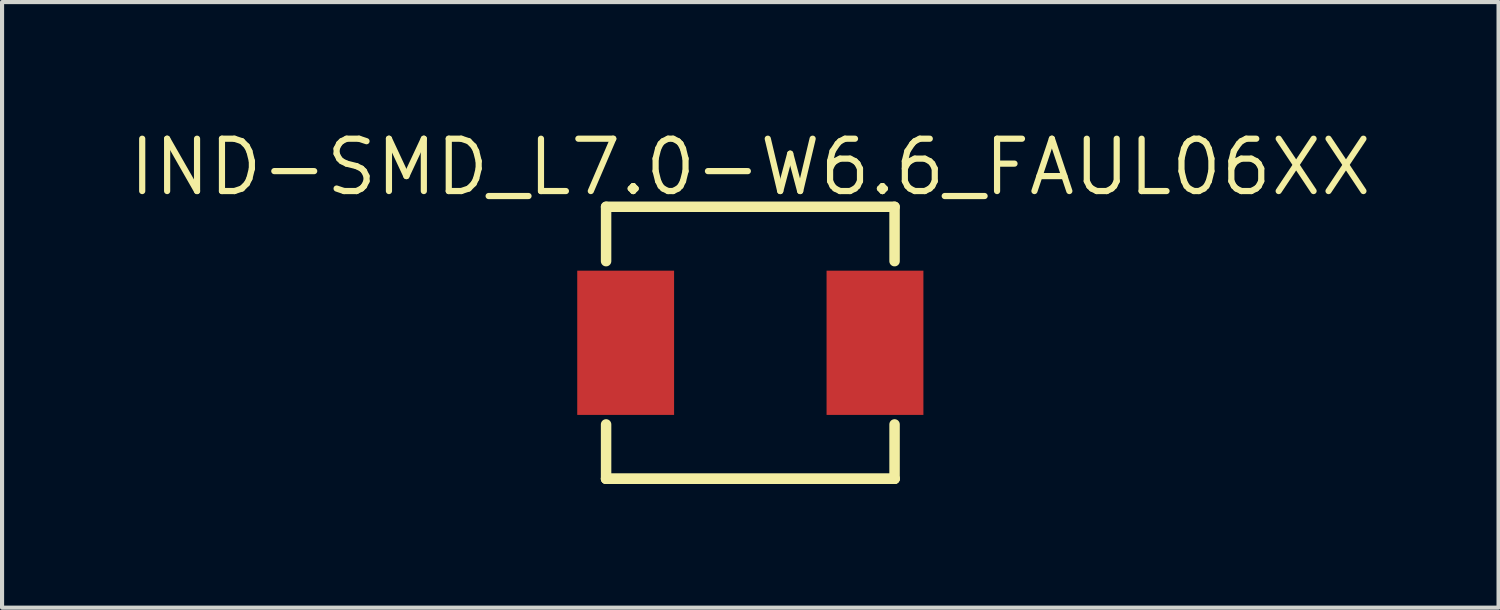
<source format=kicad_pcb>
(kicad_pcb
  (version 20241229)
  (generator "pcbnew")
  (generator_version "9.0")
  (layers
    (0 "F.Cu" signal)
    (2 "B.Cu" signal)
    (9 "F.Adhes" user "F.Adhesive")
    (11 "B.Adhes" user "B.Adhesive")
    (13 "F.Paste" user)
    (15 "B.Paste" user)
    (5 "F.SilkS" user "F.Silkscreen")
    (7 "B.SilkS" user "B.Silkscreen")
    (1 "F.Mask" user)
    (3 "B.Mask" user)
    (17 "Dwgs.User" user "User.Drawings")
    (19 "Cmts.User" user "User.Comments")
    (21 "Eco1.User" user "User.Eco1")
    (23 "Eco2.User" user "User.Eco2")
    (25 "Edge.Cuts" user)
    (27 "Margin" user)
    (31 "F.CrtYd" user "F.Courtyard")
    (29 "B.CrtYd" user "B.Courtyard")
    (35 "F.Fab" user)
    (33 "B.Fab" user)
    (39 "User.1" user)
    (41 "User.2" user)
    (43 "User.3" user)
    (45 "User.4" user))
  (footprint "IND-SMD_L7.0-W6.6_FAUL06XX"
    (layer "F.Cu")
    (at 15.157 5.268)
    (property "Reference" "IND-SMD_L7.0-W6.6_FAUL06XX" (at 0 -4.262 0) (layer "F.SilkS") (effects (font (size 1.27 1.27) (thickness 0.15))))
    (fp_line (start -3.5 -3.3) (end -3.5 -1.981) (stroke (width 0.254) (type default)) (layer "F.SilkS"))
    (fp_line (start -3.5 -3.3) (end 3.5 -3.3) (stroke (width 0.254) (type default)) (layer "F.SilkS"))
    (fp_line (start -3.5 1.981) (end -3.5 3.3) (stroke (width 0.254) (type default)) (layer "F.SilkS"))
    (fp_line (start -3.5 3.3) (end 3.5 3.3) (stroke (width 0.254) (type default)) (layer "F.SilkS"))
    (fp_line (start 3.5 -3.3) (end 3.5 -1.981) (stroke (width 0.254) (type default)) (layer "F.SilkS"))
    (fp_line (start 3.5 1.981) (end 3.5 3.3) (stroke (width 0.254) (type default)) (layer "F.SilkS"))
    (fp_line (start 3.5 3.3) (end -3.5 3.3) (stroke (width 0.254) (type default)) (layer "F.SilkS"))
    (fp_circle (center -3.5 3.3) (end -3.47 3.3) (stroke (width 0.06) (type default)) (fill no) (layer "User.5"))
    (pad "1" smd rect (at -3.025 0) (size 2.35 3.5) (layers "F.Cu" "F.Mask" "F.Paste"))
    (pad "2" smd rect (at 3.025 0) (size 2.35 3.5) (layers "F.Cu" "F.Mask" "F.Paste"))
    (zone (net_name "") (layer "User.3") (hatch edge 0.5) (priority 100) (connect_pads yes) (min_thickness 0) (filled_areas_thickness no) (fill yes) (polygon (pts (xy 11.657 8.568) (xy 11.657 1.968) (xy 18.657 1.968) (xy 18.657 8.568))) (filled_polygon (layer "User.3") (island) (pts (xy 11.657 8.568) (xy 11.657 1.968) (xy 18.657 1.968) (xy 18.657 8.568))))
    (zone (net_name "") (layer "User.4") (hatch edge 0.5) (priority 100) (connect_pads yes) (min_thickness 0) (filled_areas_thickness no) (fill yes) (polygon (pts (xy 11.657 3.768) (xy 13.257 3.768) (xy 13.257 6.768) (xy 11.657 6.768))) (filled_polygon (layer "User.4") (island) (pts (xy 11.657 3.768) (xy 13.257 3.768) (xy 13.257 6.768) (xy 11.657 6.768))))
    (zone (net_name "") (layer "User.4") (hatch edge 0.5) (priority 100) (connect_pads yes) (min_thickness 0) (filled_areas_thickness no) (fill yes) (polygon (pts (xy 17.056 3.768) (xy 18.656 3.768) (xy 18.656 6.768) (xy 17.056 6.768))) (filled_polygon (layer "User.4") (island) (pts (xy 17.056 3.768) (xy 18.656 3.768) (xy 18.656 6.768) (xy 17.056 6.768)))))
  (gr_rect
    (start -3 -3)
    (end 33.313 11.695)
    (stroke (width 0.1) (type default))
    (fill no)
    (layer "Edge.Cuts")))
</source>
